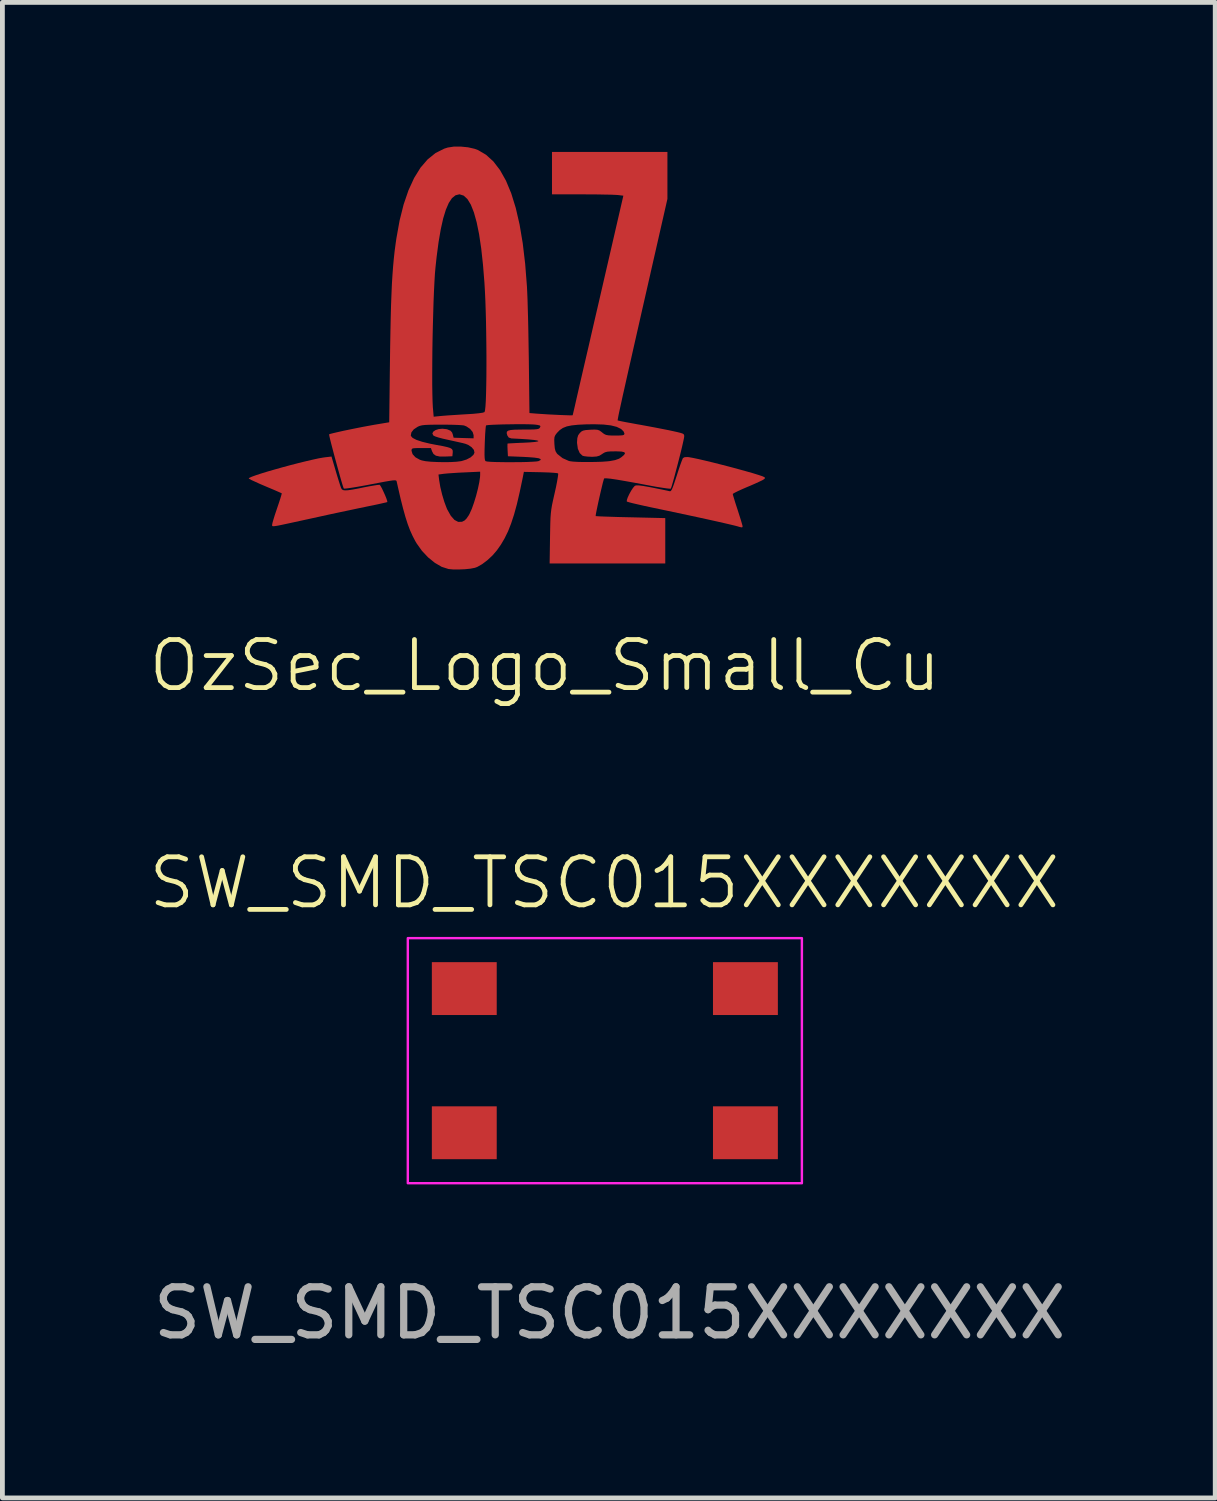
<source format=kicad_pcb>
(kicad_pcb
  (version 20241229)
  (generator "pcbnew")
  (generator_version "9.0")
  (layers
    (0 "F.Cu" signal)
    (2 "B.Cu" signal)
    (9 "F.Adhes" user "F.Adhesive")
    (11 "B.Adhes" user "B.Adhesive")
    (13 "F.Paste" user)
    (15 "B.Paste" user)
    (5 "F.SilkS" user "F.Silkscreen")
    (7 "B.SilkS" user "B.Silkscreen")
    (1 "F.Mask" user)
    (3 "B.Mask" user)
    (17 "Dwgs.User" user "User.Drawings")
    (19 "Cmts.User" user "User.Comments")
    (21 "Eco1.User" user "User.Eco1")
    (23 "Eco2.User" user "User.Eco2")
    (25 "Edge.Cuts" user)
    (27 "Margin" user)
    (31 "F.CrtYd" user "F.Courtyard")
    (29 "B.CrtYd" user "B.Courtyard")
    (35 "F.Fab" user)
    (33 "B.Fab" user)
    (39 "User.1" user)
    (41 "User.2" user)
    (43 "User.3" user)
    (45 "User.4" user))
  (footprint "SW_SMD_TSC015XXXXXXX"
    (layer "F.Cu")
    (at 9.536 19.021)
    (property "Reference" "SW_SMD_TSC015XXXXXXX" (at -0.01 -3.7 0) (unlocked yes) (layer "F.SilkS") (effects (font (size 1 1) (thickness 0.1))))
    (attr smd)
    (fp_rect (start -4.1 -2.55) (end 4.1 2.55) (stroke (width 0.05) (type default)) (fill no) (layer "F.CrtYd"))
    (fp_text user "${REFERENCE}" (at 0.1 5.25 0) (unlocked yes) (layer "F.Fab") (effects (font (size 1 1) (thickness 0.15))))
    (pad "1" smd rect (at -2.925 -1.5) (size 1.35 1.1) (layers "F.Cu" "F.Mask" "F.Paste"))
    (pad "2" smd rect (at 2.925 -1.5) (size 1.35 1.1) (layers "F.Cu" "F.Mask" "F.Paste"))
    (pad "3" smd rect (at -2.925 1.5) (size 1.35 1.1) (layers "F.Cu" "F.Mask" "F.Paste"))
    (pad "4" smd rect (at 2.925 1.5) (size 1.35 1.1) (layers "F.Cu" "F.Mask" "F.Paste")))
  (footprint "OzSec_Logo_Small_Cu"
    (layer "F.Cu")
    (at 8.208 5.43)
    (property "Reference" "OzSec_Logo_Small_Cu" (at 0.08 5.37 0) (unlocked yes) (layer "F.SilkS") (effects (font (size 1 1) (thickness 0.1))))
    (attr smd)
    (fp_poly (pts (xy -4.271 1.323) (xy -4.237 1.437) (xy -4.205 1.54) (xy -4.179 1.621) (xy -4.162 1.67) (xy -4.16 1.676) (xy -4.144 1.702) (xy -4.119 1.718) (xy -4.078 1.724) (xy -4.016 1.721) (xy -3.926 1.708) (xy -3.802 1.685) (xy -3.691 1.662) (xy -3.577 1.64) (xy -3.479 1.623) (xy -3.404 1.611) (xy -3.363 1.608) (xy -3.358 1.608) (xy -3.34 1.631) (xy -3.311 1.682) (xy -3.278 1.752) (xy -3.244 1.827) (xy -3.217 1.895) (xy -3.2 1.946) (xy -3.199 1.967) (xy -3.222 1.974) (xy -3.284 1.988) (xy -3.376 2.009) (xy -3.493 2.034) (xy -3.627 2.061) (xy -3.659 2.068) (xy -3.805 2.098) (xy -3.983 2.136) (xy -4.183 2.178) (xy -4.394 2.223) (xy -4.603 2.269) (xy -4.79 2.31) (xy -5.001 2.356) (xy -5.171 2.393) (xy -5.305 2.422) (xy -5.408 2.444) (xy -5.483 2.459) (xy -5.535 2.467) (xy -5.568 2.47) (xy -5.587 2.468) (xy -5.594 2.461) (xy -5.596 2.452) (xy -5.595 2.439) (xy -5.595 2.436) (xy -5.588 2.399) (xy -5.568 2.329) (xy -5.539 2.235) (xy -5.502 2.125) (xy -5.491 2.092) (xy -5.454 1.983) (xy -5.424 1.891) (xy -5.404 1.824) (xy -5.395 1.788) (xy -5.395 1.785) (xy -5.417 1.775) (xy -5.474 1.75) (xy -5.558 1.713) (xy -5.663 1.669) (xy -5.736 1.638) (xy -5.851 1.589) (xy -5.949 1.544) (xy -6.026 1.509) (xy -6.072 1.484) (xy -6.083 1.477) (xy -6.068 1.462) (xy -6.014 1.438) (xy -5.928 1.407) (xy -5.815 1.37) (xy -5.681 1.329) (xy -5.531 1.286) (xy -5.371 1.241) (xy -5.208 1.197) (xy -5.045 1.155) (xy -4.89 1.117) (xy -4.748 1.084) (xy -4.625 1.057) (xy -4.526 1.04) (xy -4.489 1.035) (xy -4.36 1.02)) (stroke (width 0) (type solid)) (fill yes) (layer "F.Cu"))
    (fp_poly (pts (xy 3.082 1.034) (xy 3.16 1.048) (xy 3.274 1.072) (xy 3.416 1.105) (xy 3.578 1.144) (xy 3.751 1.188) (xy 3.929 1.234) (xy 4.103 1.281) (xy 4.266 1.326) (xy 4.41 1.367) (xy 4.526 1.403) (xy 4.607 1.43) (xy 4.611 1.432) (xy 4.654 1.452) (xy 4.659 1.471) (xy 4.645 1.488) (xy 4.613 1.508) (xy 4.548 1.54) (xy 4.457 1.582) (xy 4.35 1.629) (xy 4.301 1.649) (xy 4.192 1.696) (xy 4.1 1.738) (xy 4.031 1.772) (xy 3.994 1.794) (xy 3.99 1.8) (xy 3.996 1.828) (xy 4.015 1.891) (xy 4.042 1.98) (xy 4.077 2.087) (xy 4.092 2.133) (xy 4.128 2.246) (xy 4.159 2.344) (xy 4.181 2.42) (xy 4.193 2.464) (xy 4.194 2.471) (xy 4.19 2.49) (xy 4.17 2.494) (xy 4.124 2.483) (xy 4.092 2.473) (xy 4.035 2.458) (xy 3.939 2.435) (xy 3.81 2.405) (xy 3.652 2.369) (xy 3.472 2.329) (xy 3.275 2.286) (xy 3.066 2.241) (xy 2.85 2.195) (xy 2.634 2.149) (xy 2.462 2.113) (xy 2.295 2.078) (xy 2.142 2.045) (xy 2.01 2.015) (xy 1.903 1.99) (xy 1.827 1.97) (xy 1.789 1.958) (xy 1.785 1.956) (xy 1.785 1.927) (xy 1.803 1.873) (xy 1.835 1.804) (xy 1.874 1.733) (xy 1.914 1.672) (xy 1.949 1.632) (xy 1.956 1.627) (xy 1.986 1.62) (xy 2.04 1.621) (xy 2.125 1.632) (xy 2.245 1.653) (xy 2.318 1.667) (xy 2.436 1.691) (xy 2.541 1.712) (xy 2.622 1.729) (xy 2.671 1.74) (xy 2.68 1.742) (xy 2.697 1.739) (xy 2.715 1.717) (xy 2.737 1.671) (xy 2.765 1.595) (xy 2.802 1.483) (xy 2.824 1.417) (xy 2.862 1.299) (xy 2.897 1.195) (xy 2.927 1.113) (xy 2.948 1.062) (xy 2.954 1.051) (xy 2.991 1.032) (xy 3.059 1.031)) (stroke (width 0) (type solid)) (fill yes) (layer "F.Cu"))
    (fp_poly (pts (xy -1.52 -5.415) (xy -1.383 -5.384) (xy -1.312 -5.358) (xy -1.144 -5.259) (xy -0.991 -5.12) (xy -0.853 -4.94) (xy -0.729 -4.719) (xy -0.62 -4.457) (xy -0.526 -4.153) (xy -0.446 -3.807) (xy -0.381 -3.42) (xy -0.33 -2.99) (xy -0.293 -2.517) (xy -0.292 -2.498) (xy -0.287 -2.39) (xy -0.281 -2.244) (xy -0.276 -2.065) (xy -0.27 -1.862) (xy -0.265 -1.64) (xy -0.261 -1.407) (xy -0.257 -1.169) (xy -0.254 -0.988) (xy -0.241 0.115) (xy -0.08 0.128) (xy 0.027 0.135) (xy 0.146 0.143) (xy 0.27 0.149) (xy 0.389 0.155) (xy 0.496 0.159) (xy 0.582 0.162) (xy 0.639 0.162) (xy 0.659 0.16) (xy 0.664 0.138) (xy 0.679 0.074) (xy 0.703 -0.028) (xy 0.734 -0.166) (xy 0.773 -0.336) (xy 0.819 -0.536) (xy 0.871 -0.762) (xy 0.929 -1.012) (xy 0.992 -1.283) (xy 1.058 -1.571) (xy 1.128 -1.875) (xy 1.187 -2.128) (xy 1.713 -4.408) (xy 1.599 -4.422) (xy 1.547 -4.425) (xy 1.456 -4.429) (xy 1.334 -4.431) (xy 1.189 -4.434) (xy 1.027 -4.435) (xy 0.857 -4.436) (xy 0.228 -4.436) (xy 0.228 -4.878) (xy 0.228 -5.319) (xy 1.429 -5.319) (xy 2.63 -5.319) (xy 2.63 -4.83) (xy 2.63 -4.341) (xy 2.291 -2.853) (xy 2.191 -2.412) (xy 2.1 -2.014) (xy 2.019 -1.655) (xy 1.946 -1.334) (xy 1.882 -1.05) (xy 1.825 -0.8) (xy 1.776 -0.582) (xy 1.734 -0.394) (xy 1.698 -0.235) (xy 1.669 -0.101) (xy 1.645 0.008) (xy 1.626 0.095) (xy 1.612 0.162) (xy 1.603 0.211) (xy 1.597 0.244) (xy 1.594 0.263) (xy 1.595 0.269) (xy 1.619 0.275) (xy 1.68 0.288) (xy 1.772 0.306) (xy 1.888 0.327) (xy 2.022 0.352) (xy 2.043 0.355) (xy 2.2 0.384) (xy 2.362 0.414) (xy 2.515 0.444) (xy 2.648 0.47) (xy 2.732 0.488) (xy 2.84 0.512) (xy 2.911 0.53) (xy 2.953 0.545) (xy 2.973 0.562) (xy 2.979 0.584) (xy 2.979 0.608) (xy 2.972 0.648) (xy 2.956 0.722) (xy 2.933 0.823) (xy 2.904 0.943) (xy 2.871 1.074) (xy 2.836 1.209) (xy 2.801 1.341) (xy 2.769 1.462) (xy 2.74 1.564) (xy 2.718 1.64) (xy 2.703 1.682) (xy 2.7 1.688) (xy 2.674 1.689) (xy 2.61 1.682) (xy 2.515 1.668) (xy 2.396 1.649) (xy 2.26 1.624) (xy 2.209 1.614) (xy 1.957 1.567) (xy 1.745 1.529) (xy 1.575 1.5) (xy 1.446 1.481) (xy 1.36 1.473) (xy 1.318 1.474) (xy 1.314 1.476) (xy 1.304 1.502) (xy 1.287 1.562) (xy 1.266 1.649) (xy 1.241 1.754) (xy 1.215 1.867) (xy 1.19 1.98) (xy 1.168 2.084) (xy 1.15 2.172) (xy 1.139 2.232) (xy 1.137 2.259) (xy 1.137 2.259) (xy 1.162 2.261) (xy 1.225 2.265) (xy 1.324 2.269) (xy 1.451 2.273) (xy 1.601 2.278) (xy 1.77 2.282) (xy 1.866 2.284) (xy 2.585 2.301) (xy 2.585 2.773) (xy 2.585 3.245) (xy 1.382 3.245) (xy 0.179 3.245) (xy 0.187 2.707) (xy 0.19 2.536) (xy 0.193 2.401) (xy 0.197 2.293) (xy 0.204 2.202) (xy 0.214 2.118) (xy 0.228 2.033) (xy 0.248 1.938) (xy 0.274 1.822) (xy 0.284 1.779) (xy 0.312 1.652) (xy 0.334 1.54) (xy 0.349 1.451) (xy 0.357 1.392) (xy 0.355 1.371) (xy 0.328 1.364) (xy 0.263 1.358) (xy 0.17 1.352) (xy 0.056 1.348) (xy -0.009 1.346) (xy -0.357 1.339) (xy -0.383 1.471) (xy -0.444 1.76) (xy -0.502 2.01) (xy -0.561 2.226) (xy -0.622 2.412) (xy -0.686 2.575) (xy -0.757 2.72) (xy -0.835 2.853) (xy -0.918 2.971) (xy -1.009 3.077) (xy -1.115 3.176) (xy -1.225 3.259) (xy -1.327 3.317) (xy -1.376 3.335) (xy -1.468 3.353) (xy -1.586 3.365) (xy -1.714 3.37) (xy -1.834 3.369) (xy -1.929 3.36) (xy -1.929 3.359) (xy -2.067 3.315) (xy -2.209 3.232) (xy -2.349 3.119) (xy -2.479 2.981) (xy -2.59 2.825) (xy -2.617 2.779) (xy -2.673 2.671) (xy -2.725 2.556) (xy -2.774 2.426) (xy -2.822 2.276) (xy -2.871 2.1) (xy -2.923 1.894) (xy -2.979 1.65) (xy -3.001 1.553) (xy -3.004 1.537) (xy -3.01 1.524) (xy -3.022 1.517) (xy -3.047 1.514) (xy -3.088 1.517) (xy -3.151 1.526) (xy -3.241 1.541) (xy -3.363 1.564) (xy -3.521 1.594) (xy -3.635 1.616) (xy -3.773 1.641) (xy -3.895 1.662) (xy -3.995 1.677) (xy -4.066 1.686) (xy -4.101 1.687) (xy -4.104 1.686) (xy -4.114 1.661) (xy -4.134 1.599) (xy -4.161 1.508) (xy -4.193 1.395) (xy -4.193 1.394) (xy -2.134 1.394) (xy -2.12 1.51) (xy -2.096 1.653) (xy -2.058 1.811) (xy -2.011 1.967) (xy -1.961 2.1) (xy -1.95 2.124) (xy -1.877 2.253) (xy -1.801 2.339) (xy -1.723 2.38) (xy -1.643 2.377) (xy -1.589 2.349) (xy -1.549 2.308) (xy -1.505 2.244) (xy -1.485 2.207) (xy -1.439 2.104) (xy -1.393 1.974) (xy -1.35 1.832) (xy -1.313 1.688) (xy -1.285 1.555) (xy -1.269 1.445) (xy -1.267 1.405) (xy -1.267 1.335) (xy -1.592 1.35) (xy -1.719 1.356) (xy -1.84 1.364) (xy -1.942 1.371) (xy -2.014 1.378) (xy -2.025 1.379) (xy -2.134 1.394) (xy -4.193 1.394) (xy -4.228 1.268) (xy -4.265 1.133) (xy -4.302 0.997) (xy -4.336 0.868) (xy -4.366 0.753) (xy -4.39 0.658) (xy -4.405 0.591) (xy -4.407 0.578) (xy -2.71 0.578) (xy -2.707 0.592) (xy -2.672 0.632) (xy -2.593 0.673) (xy -2.473 0.713) (xy -2.312 0.752) (xy -2.179 0.778) (xy -2.046 0.802) (xy -1.952 0.823) (xy -1.891 0.842) (xy -1.855 0.864) (xy -1.839 0.891) (xy -1.837 0.925) (xy -1.838 0.941) (xy -1.845 1.014) (xy -1.997 1.02) (xy -2.11 1.019) (xy -2.188 1.002) (xy -2.238 0.966) (xy -2.268 0.91) (xy -2.291 0.844) (xy -2.493 0.844) (xy -2.589 0.844) (xy -2.648 0.847) (xy -2.68 0.855) (xy -2.692 0.871) (xy -2.695 0.896) (xy -2.695 0.899) (xy -2.673 0.97) (xy -2.614 1.035) (xy -2.523 1.086) (xy -2.479 1.101) (xy -2.401 1.117) (xy -2.29 1.128) (xy -2.158 1.134) (xy -2.018 1.137) (xy -1.881 1.135) (xy -1.759 1.128) (xy -1.665 1.116) (xy -1.654 1.114) (xy -1.551 1.082) (xy -1.465 1.037) (xy -1.406 0.984) (xy -1.405 0.982) (xy -1.176 0.982) (xy -1.173 1.05) (xy -1.167 1.091) (xy -1.157 1.113) (xy -1.151 1.117) (xy -1.118 1.124) (xy -1.047 1.13) (xy -0.947 1.134) (xy -0.826 1.136) (xy -0.692 1.138) (xy -0.552 1.137) (xy -0.415 1.136) (xy -0.289 1.133) (xy -0.181 1.128) (xy -0.101 1.123) (xy -0.055 1.116) (xy -0.053 1.115) (xy -0.009 1.092) (xy -0.009 1.072) (xy -0.052 1.055) (xy -0.14 1.042) (xy -0.272 1.032) (xy -0.366 1.027) (xy -0.689 1.014) (xy -0.696 0.883) (xy -0.699 0.813) (xy -0.698 0.764) (xy -0.696 0.75) (xy -0.672 0.747) (xy -0.611 0.744) (xy -0.522 0.739) (xy -0.412 0.734) (xy -0.372 0.733) (xy -0.226 0.725) (xy -0.124 0.716) (xy -0.067 0.706) (xy -0.053 0.696) (xy -0.082 0.685) (xy -0.153 0.674) (xy -0.205 0.669) (xy 0.275 0.669) (xy 0.278 0.753) (xy 0.278 0.756) (xy 0.286 0.848) (xy 0.302 0.909) (xy 0.329 0.954) (xy 0.342 0.969) (xy 0.448 1.053) (xy 0.578 1.111) (xy 0.602 1.117) (xy 0.663 1.125) (xy 0.758 1.131) (xy 0.877 1.134) (xy 1.009 1.134) (xy 1.144 1.132) (xy 1.271 1.128) (xy 1.379 1.12) (xy 1.427 1.115) (xy 1.541 1.094) (xy 1.623 1.065) (xy 1.67 1.035) (xy 1.728 0.986) (xy 1.748 0.951) (xy 1.731 0.929) (xy 1.673 0.916) (xy 1.572 0.912) (xy 1.547 0.912) (xy 1.447 0.913) (xy 1.379 0.919) (xy 1.33 0.932) (xy 1.289 0.955) (xy 1.271 0.968) (xy 1.216 1.002) (xy 1.157 1.019) (xy 1.075 1.025) (xy 1.049 1.025) (xy 0.966 1.021) (xy 0.897 1.012) (xy 0.862 1.002) (xy 0.805 0.947) (xy 0.766 0.858) (xy 0.75 0.743) (xy 0.749 0.721) (xy 0.755 0.636) (xy 0.773 0.577) (xy 0.804 0.534) (xy 0.837 0.501) (xy 0.874 0.481) (xy 0.929 0.469) (xy 1.015 0.463) (xy 1.026 0.462) (xy 1.114 0.459) (xy 1.172 0.463) (xy 1.214 0.477) (xy 1.254 0.505) (xy 1.27 0.518) (xy 1.312 0.55) (xy 1.351 0.569) (xy 1.402 0.579) (xy 1.477 0.583) (xy 1.541 0.583) (xy 1.635 0.582) (xy 1.693 0.578) (xy 1.723 0.569) (xy 1.734 0.553) (xy 1.735 0.539) (xy 1.717 0.497) (xy 1.672 0.452) (xy 1.661 0.444) (xy 1.574 0.402) (xy 1.454 0.372) (xy 1.3 0.354) (xy 1.106 0.348) (xy 0.942 0.35) (xy 0.771 0.358) (xy 0.638 0.372) (xy 0.535 0.393) (xy 0.455 0.425) (xy 0.39 0.469) (xy 0.332 0.528) (xy 0.332 0.528) (xy 0.298 0.573) (xy 0.28 0.615) (xy 0.275 0.669) (xy -0.205 0.669) (xy -0.267 0.663) (xy -0.421 0.653) (xy -0.616 0.643) (xy -0.616 0.643) (xy -0.672 0.625) (xy -0.702 0.58) (xy -0.714 0.536) (xy -0.711 0.504) (xy -0.685 0.482) (xy -0.632 0.468) (xy -0.546 0.461) (xy -0.423 0.459) (xy -0.359 0.458) (xy -0.233 0.458) (xy -0.145 0.456) (xy -0.087 0.451) (xy -0.052 0.443) (xy -0.032 0.43) (xy -0.022 0.415) (xy -0.012 0.389) (xy -0.025 0.374) (xy -0.067 0.363) (xy -0.123 0.355) (xy -0.184 0.351) (xy -0.275 0.348) (xy -0.389 0.347) (xy -0.516 0.347) (xy -0.651 0.349) (xy -0.783 0.351) (xy -0.906 0.355) (xy -1.011 0.359) (xy -1.09 0.364) (xy -1.136 0.37) (xy -1.144 0.373) (xy -1.15 0.4) (xy -1.156 0.464) (xy -1.163 0.557) (xy -1.168 0.671) (xy -1.171 0.743) (xy -1.175 0.882) (xy -1.176 0.982) (xy -1.405 0.982) (xy -1.385 0.94) (xy -1.397 0.882) (xy -1.445 0.825) (xy -1.517 0.777) (xy -1.576 0.754) (xy -1.633 0.739) (xy -1.722 0.719) (xy -1.83 0.695) (xy -1.935 0.672) (xy -2.043 0.648) (xy -2.137 0.623) (xy -2.206 0.6) (xy -2.241 0.582) (xy -2.261 0.541) (xy -2.244 0.503) (xy -2.198 0.471) (xy -2.132 0.449) (xy -2.053 0.441) (xy -1.969 0.45) (xy -1.947 0.456) (xy -1.884 0.482) (xy -1.851 0.519) (xy -1.838 0.555) (xy -1.819 0.628) (xy -1.611 0.635) (xy -1.403 0.641) (xy -1.403 0.575) (xy -1.423 0.509) (xy -1.476 0.445) (xy -1.551 0.394) (xy -1.603 0.373) (xy -1.645 0.368) (xy -1.723 0.363) (xy -1.83 0.359) (xy -1.956 0.357) (xy -2.071 0.356) (xy -2.222 0.357) (xy -2.334 0.359) (xy -2.416 0.363) (xy -2.476 0.37) (xy -2.521 0.381) (xy -2.558 0.396) (xy -2.566 0.4) (xy -2.648 0.454) (xy -2.697 0.516) (xy -2.71 0.578) (xy -4.407 0.578) (xy -4.411 0.559) (xy -4.41 0.558) (xy -4.383 0.548) (xy -4.32 0.532) (xy -4.226 0.51) (xy -4.11 0.484) (xy -3.98 0.457) (xy -3.842 0.429) (xy -3.705 0.402) (xy -3.575 0.378) (xy -3.465 0.358) (xy -3.159 0.307) (xy -3.147 -0.693) (xy -2.264 -0.693) (xy -2.264 -0.476) (xy -2.261 -0.284) (xy -2.257 -0.125) (xy -2.251 -0.003) (xy -2.249 0.015) (xy -2.234 0.191) (xy -2.096 0.177) (xy -2.026 0.171) (xy -1.922 0.163) (xy -1.795 0.155) (xy -1.657 0.146) (xy -1.575 0.141) (xy -1.413 0.131) (xy -1.292 0.119) (xy -1.212 0.107) (xy -1.176 0.095) (xy -1.175 0.093) (xy -1.165 0.054) (xy -1.156 -0.026) (xy -1.149 -0.141) (xy -1.144 -0.287) (xy -1.14 -0.46) (xy -1.137 -0.654) (xy -1.136 -0.865) (xy -1.136 -1.088) (xy -1.138 -1.318) (xy -1.141 -1.551) (xy -1.145 -1.782) (xy -1.151 -2.005) (xy -1.158 -2.217) (xy -1.167 -2.412) (xy -1.177 -2.585) (xy -1.177 -2.589) (xy -1.208 -2.973) (xy -1.245 -3.312) (xy -1.289 -3.607) (xy -1.34 -3.856) (xy -1.397 -4.061) (xy -1.461 -4.222) (xy -1.532 -4.338) (xy -1.609 -4.409) (xy -1.693 -4.436) (xy -1.702 -4.436) (xy -1.78 -4.416) (xy -1.853 -4.357) (xy -1.919 -4.258) (xy -1.98 -4.117) (xy -2.036 -3.935) (xy -2.086 -3.711) (xy -2.132 -3.443) (xy -2.173 -3.131) (xy -2.196 -2.918) (xy -2.208 -2.783) (xy -2.218 -2.612) (xy -2.228 -2.412) (xy -2.237 -2.188) (xy -2.244 -1.946) (xy -2.251 -1.694) (xy -2.257 -1.436) (xy -2.261 -1.179) (xy -2.263 -0.929) (xy -2.264 -0.693) (xy -3.147 -0.693) (xy -3.145 -0.858) (xy -3.14 -1.233) (xy -3.134 -1.566) (xy -3.128 -1.863) (xy -3.121 -2.127) (xy -3.112 -2.362) (xy -3.103 -2.573) (xy -3.091 -2.763) (xy -3.078 -2.938) (xy -3.063 -3.101) (xy -3.046 -3.256) (xy -3.026 -3.407) (xy -3.01 -3.518) (xy -2.943 -3.891) (xy -2.859 -4.226) (xy -2.758 -4.521) (xy -2.641 -4.776) (xy -2.508 -4.991) (xy -2.359 -5.164) (xy -2.195 -5.296) (xy -2.016 -5.386) (xy -1.941 -5.41) (xy -1.817 -5.429) (xy -1.671 -5.43)) (stroke (width 0) (type solid)) (fill yes) (layer "F.Cu")))
  (gr_rect
    (start -3 -3)
    (end 22.237 28.119)
    (stroke (width 0.1) (type default))
    (fill no)
    (layer "Edge.Cuts")))
</source>
